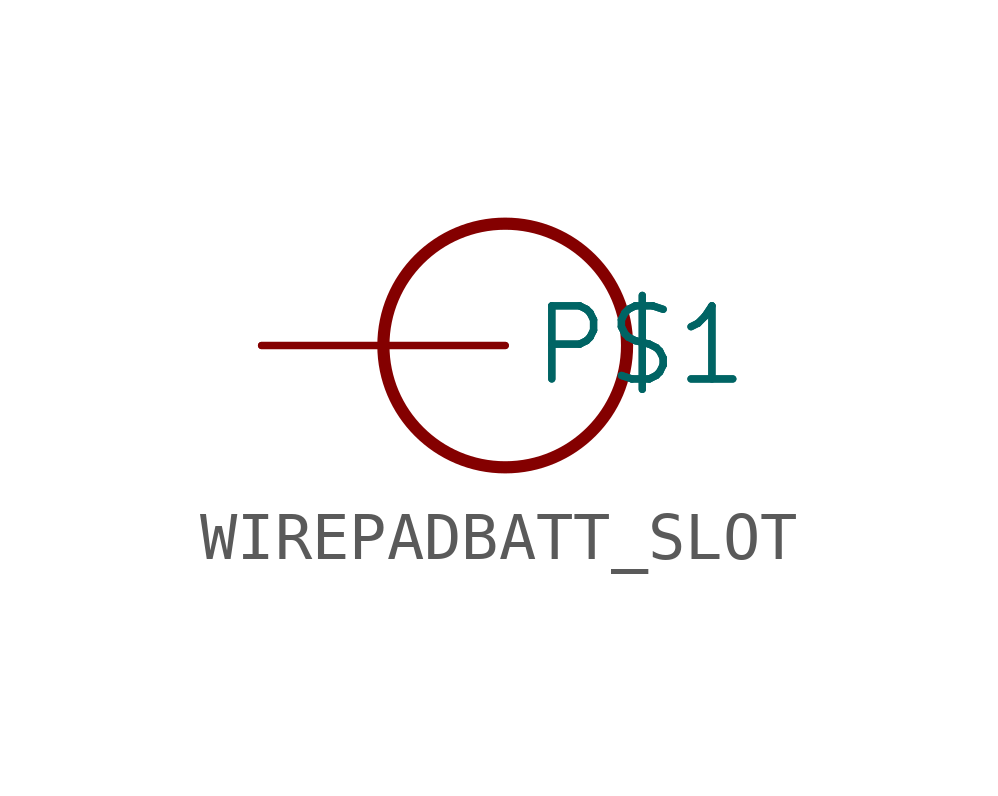
<source format=kicad_sym>
(kicad_symbol_lib
  (version 20241209)
  (generator "kicad_symbol_editor")
  (generator_version "9.0")
  (symbol "WIREPADBATT_SLOT"
    (property "Reference" ""
      (at 0 0 0)
      (effects (font (size 1.27 1.27)) (hide yes)))
    (property "ki_locked" ""
      (at 0 0 0)
      (effects (font (size 1.27 1.27))))
    (symbol "WIREPADBATT_SLOT_1_0"
      (circle (center 5.08 0) (radius 2.54) (stroke (width 0.254) (type solid)) (fill (type none)))
      (pin bidirectional line (at 0 0 0) (length 5.08) (name "P$1" (effects (font (size 1.524 1.524)))) (number "P$1" (effects (font (size 0 0)))))
      (pin bidirectional line (at 0 0 0) (length 5.08) (name "P$1" (effects (font (size 1.524 1.524)))) (number "P$2" (effects (font (size 0 0))))))))
</source>
